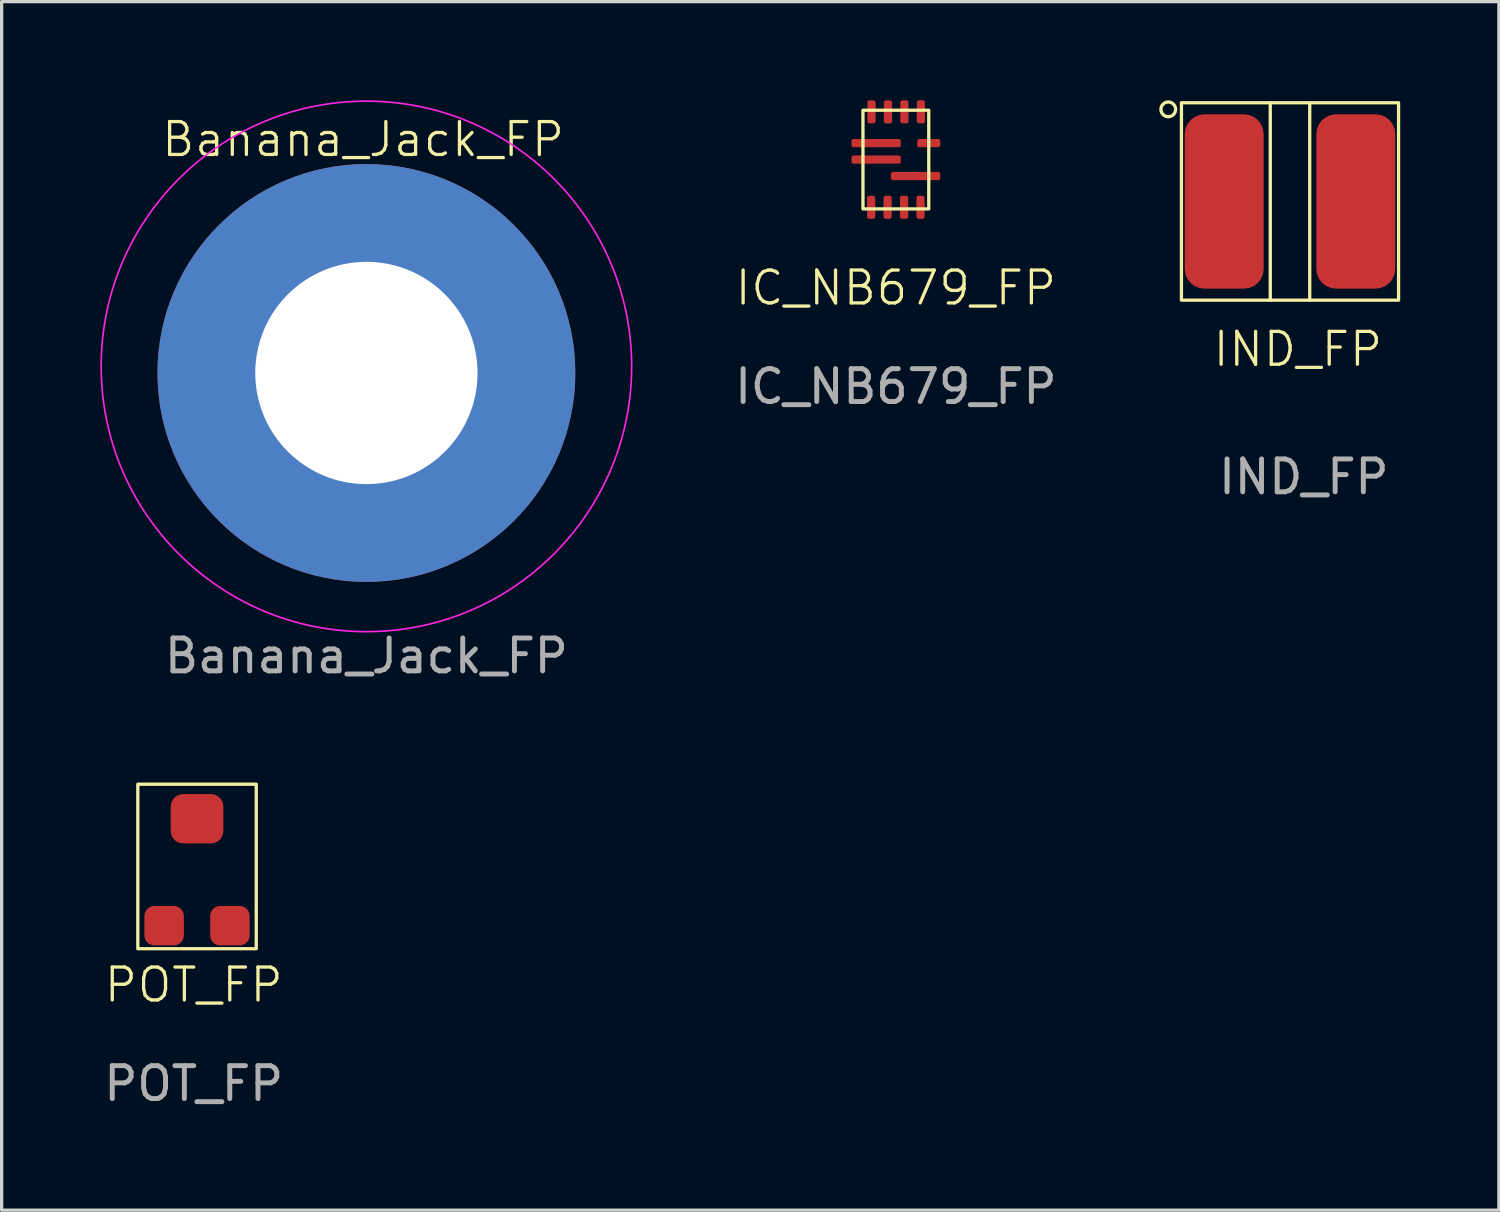
<source format=kicad_pcb>
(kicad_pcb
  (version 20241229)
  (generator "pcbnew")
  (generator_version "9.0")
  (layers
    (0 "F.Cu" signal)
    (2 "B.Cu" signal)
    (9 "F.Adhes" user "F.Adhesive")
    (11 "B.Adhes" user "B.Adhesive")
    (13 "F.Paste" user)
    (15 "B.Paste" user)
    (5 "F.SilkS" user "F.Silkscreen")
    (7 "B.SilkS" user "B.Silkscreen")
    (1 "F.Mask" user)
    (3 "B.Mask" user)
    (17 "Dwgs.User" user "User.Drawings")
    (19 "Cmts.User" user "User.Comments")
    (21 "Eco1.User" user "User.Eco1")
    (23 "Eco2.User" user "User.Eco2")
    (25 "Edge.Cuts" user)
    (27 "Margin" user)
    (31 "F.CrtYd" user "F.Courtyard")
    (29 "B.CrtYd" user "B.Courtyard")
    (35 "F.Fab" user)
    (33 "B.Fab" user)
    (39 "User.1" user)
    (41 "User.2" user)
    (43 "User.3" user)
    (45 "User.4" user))
  (footprint "IND_FP"
    (layer "F.Cu")
    (at 36.16 3.074)
    (property "Reference" "IND_FP" (at 0.24 4.49 0) (unlocked yes) (layer "F.SilkS") (effects (font (size 1 1) (thickness 0.1))))
    (attr smd)
    (fp_line (start -0.6 -3) (end -0.6 3) (stroke (width 0.1) (type default)) (layer "F.SilkS"))
    (fp_line (start 0.6 -3) (end 0.6 3) (stroke (width 0.1) (type default)) (layer "F.SilkS"))
    (fp_rect (start -3.3 -3) (end 3.3 3) (stroke (width 0.1) (type default)) (fill no) (layer "F.SilkS"))
    (fp_circle (center -3.7 -2.8) (end -3.5 -2.7) (stroke (width 0.1) (type default)) (fill no) (layer "F.SilkS"))
    (fp_text user "${REFERENCE}" (at 0.42 8.37 0) (unlocked yes) (layer "F.Fab") (effects (font (size 1 1) (thickness 0.15))))
    (pad "1" smd roundrect (at -2 0) (size 2.4 5.3) (layers "F.Cu" "F.Mask" "F.Paste") (roundrect_rratio 0.25))
    (pad "2" smd roundrect (at 2 0) (size 2.4 5.3) (layers "F.Cu" "F.Mask" "F.Paste") (roundrect_rratio 0.25)))
  (footprint "POT_FP"
    (layer "F.Cu")
    (at 2.939 23.286)
    (property "Reference" "POT_FP" (at -0.1 3.6 0) (unlocked yes) (layer "F.SilkS") (effects (font (size 1 1) (thickness 0.1))))
    (attr smd)
    (fp_rect (start -1.8 -2.5) (end 1.8 2.5) (stroke (width 0.1) (type default)) (fill no) (layer "F.SilkS"))
    (fp_text user "${REFERENCE}" (at -0.1 6.6 0) (unlocked yes) (layer "F.Fab") (effects (font (size 1 1) (thickness 0.15))))
    (pad "1" smd roundrect (at -1 1.8) (size 1.2 1.2) (layers "F.Cu" "F.Mask" "F.Paste") (roundrect_rratio 0.25))
    (pad "2" smd roundrect (at 0 -1.45) (size 1.6 1.5) (layers "F.Cu" "F.Mask" "F.Paste") (roundrect_rratio 0.25))
    (pad "3" smd roundrect (at 1 1.8) (size 1.2 1.2) (layers "F.Cu" "F.Mask" "F.Paste") (roundrect_rratio 0.25)))
  (footprint "IC_NB679_FP"
    (layer "F.Cu")
    (at 24.18 1.8)
    (property "Reference" "IC_NB679_FP" (at 0 3.9 0) (unlocked yes) (layer "F.SilkS") (effects (font (size 1 1) (thickness 0.1))))
    (attr smd)
    (fp_rect (start -1 -1.5) (end 1 1.5) (stroke (width 0.1) (type default)) (fill no) (layer "F.SilkS"))
    (fp_text user "${REFERENCE}" (at 0 6.9 0) (unlocked yes) (layer "F.Fab") (effects (font (size 1 1) (thickness 0.15))))
    (pad "1" smd roundrect (at -0.6 -0.5) (size 1.5 0.25) (layers "F.Cu" "F.Mask" "F.Paste") (roundrect_rratio 0.25))
    (pad "2" smd roundrect (at -0.6 0) (size 1.5 0.25) (layers "F.Cu" "F.Mask" "F.Paste") (roundrect_rratio 0.25))
    (pad "3" smd roundrect (at -0.75 1.45) (size 0.25 0.7) (layers "F.Cu" "F.Mask" "F.Paste") (roundrect_rratio 0.25))
    (pad "4" smd roundrect (at -0.25 1.45) (size 0.25 0.7) (layers "F.Cu" "F.Mask" "F.Paste") (roundrect_rratio 0.25))
    (pad "5" smd roundrect (at 0.25 1.45) (size 0.25 0.7) (layers "F.Cu" "F.Mask" "F.Paste") (roundrect_rratio 0.25))
    (pad "6" smd roundrect (at 0.75 1.45) (size 0.25 0.7) (layers "F.Cu" "F.Mask" "F.Paste") (roundrect_rratio 0.25))
    (pad "7" smd roundrect (at 0.6 0.5) (size 1.5 0.25) (layers "F.Cu" "F.Mask" "F.Paste") (roundrect_rratio 0.25))
    (pad "8" smd roundrect (at 1 -0.5) (size 0.7 0.25) (layers "F.Cu" "F.Mask" "F.Paste") (roundrect_rratio 0.25))
    (pad "9" smd roundrect (at 0.76 -1.45) (size 0.25 0.7) (layers "F.Cu" "F.Mask" "F.Paste") (roundrect_rratio 0.25))
    (pad "10" smd roundrect (at 0.26 -1.45) (size 0.25 0.7) (layers "F.Cu" "F.Mask" "F.Paste") (roundrect_rratio 0.25))
    (pad "11" smd roundrect (at -0.24 -1.45) (size 0.25 0.7) (layers "F.Cu" "F.Mask" "F.Paste") (roundrect_rratio 0.25))
    (pad "12" smd roundrect (at -0.74 -1.45) (size 0.25 0.7) (layers "F.Cu" "F.Mask" "F.Paste") (roundrect_rratio 0.25)))
  (footprint "Banana_Jack_FP"
    (layer "F.Cu")
    (at 7.687 8.287)
    (property "Reference" "Banana_Jack_FP" (at 0.3 -7.1 0) (unlocked yes) (layer "F.SilkS") (effects (font (size 1 1) (thickness 0.1))))
    (attr through_hole)
    (fp_circle (center 0.4 -0.2) (end 6.2 5.4) (stroke (width 0.05) (type default)) (fill no) (layer "F.CrtYd"))
    (fp_text user "${REFERENCE}" (at 0.4 8.6 0) (unlocked yes) (layer "F.Fab") (effects (font (size 1 1) (thickness 0.15))))
    (pad "1" thru_hole circle (at 0.4 0) (size 12.7 12.7) (drill 6.756) (layers "*.Cu" "*.Mask")))
  (gr_rect
    (start -3 -3)
    (end 42.51 33.734)
    (stroke (width 0.1) (type default))
    (fill no)
    (layer "Edge.Cuts")))
</source>
